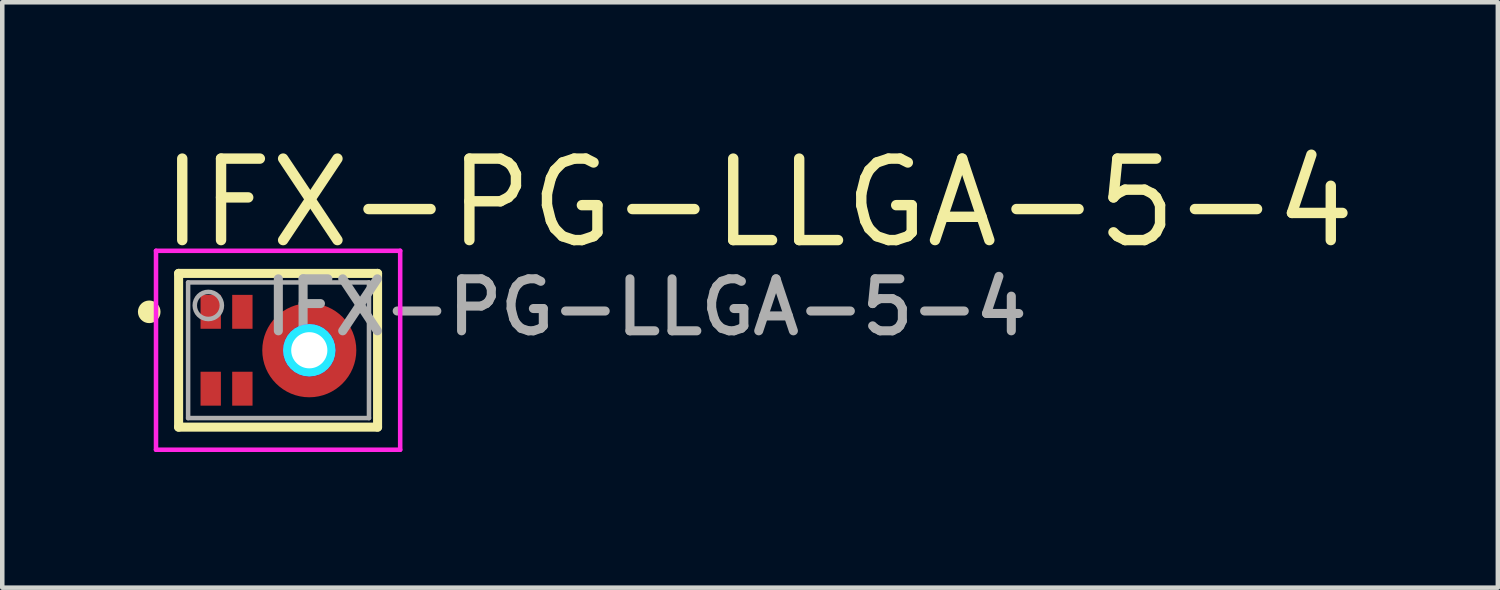
<source format=kicad_pcb>
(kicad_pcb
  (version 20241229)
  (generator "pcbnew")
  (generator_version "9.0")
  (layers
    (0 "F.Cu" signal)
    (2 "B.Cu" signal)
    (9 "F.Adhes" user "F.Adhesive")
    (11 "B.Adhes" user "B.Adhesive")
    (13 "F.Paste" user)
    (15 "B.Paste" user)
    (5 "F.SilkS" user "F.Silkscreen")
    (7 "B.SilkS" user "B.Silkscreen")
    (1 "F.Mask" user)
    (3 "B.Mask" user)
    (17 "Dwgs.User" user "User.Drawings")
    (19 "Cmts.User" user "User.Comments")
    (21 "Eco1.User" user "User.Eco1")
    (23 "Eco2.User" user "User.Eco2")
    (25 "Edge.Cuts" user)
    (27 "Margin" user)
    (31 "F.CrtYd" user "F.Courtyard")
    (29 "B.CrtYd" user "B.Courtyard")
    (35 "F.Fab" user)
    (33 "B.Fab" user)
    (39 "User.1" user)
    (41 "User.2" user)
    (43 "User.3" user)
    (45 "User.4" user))
  (footprint "IFX-PG-LLGA-5-4"
    (layer "F.Cu")
    (at 2.7 4.696)
    (property "Reference" "IFX-PG-LLGA-5-4" (at -2.3 -2.204 0) (unlocked yes) (layer "F.SilkS") (effects (font (size 1.802 1.802) (thickness 0.23)) (justify left bottom)))
    (fp_circle (center 1.09 0) (end 1.9 0) (stroke (width 0.46) (type solid)) (fill no) (layer "F.Cu"))
    (fp_line (start -1.8 -1.7) (end 2.6 -1.7) (stroke (width 0.2) (type solid)) (layer "F.SilkS"))
    (fp_line (start -1.8 1.7) (end -1.8 -1.7) (stroke (width 0.2) (type solid)) (layer "F.SilkS"))
    (fp_line (start -1.8 1.7) (end 2.6 1.7) (stroke (width 0.2) (type solid)) (layer "F.SilkS"))
    (fp_line (start 2.6 1.7) (end 2.6 -1.7) (stroke (width 0.2) (type solid)) (layer "F.SilkS"))
    (fp_circle (center -2.45 -0.85) (end -2.325 -0.85) (stroke (width 0.25) (type solid)) (fill no) (layer "F.SilkS"))
    (fp_line (start -1.09 -0.725) (end -1.09 -0.975) (stroke (width 0.4) (type solid)) (layer "F.Paste"))
    (fp_line (start -1.09 0.975) (end -1.09 0.726) (stroke (width 0.4) (type solid)) (layer "F.Paste"))
    (fp_line (start -0.39 -0.725) (end -0.39 -0.975) (stroke (width 0.4) (type solid)) (layer "F.Paste"))
    (fp_line (start -0.39 0.975) (end -0.39 0.726) (stroke (width 0.4) (type solid)) (layer "F.Paste"))
    (fp_arc (start 0.307481 0.166328) (mid 0.289999 0) (end 0.307481 -0.166328) (stroke (width 0.4) (type solid)) (layer "F.Paste"))
    (fp_arc (start 0.554696 -0.594515) (mid 0.690001 -0.692819) (end 0.842787 -0.760843) (stroke (width 0.4) (type solid)) (layer "F.Paste"))
    (fp_arc (start 0.842787 0.760843) (mid 0.690001 0.692819) (end 0.554696 0.594515) (stroke (width 0.4) (type solid)) (layer "F.Paste"))
    (fp_arc (start 1.337212 -0.760843) (mid 1.489998 -0.692819) (end 1.625303 -0.594515) (stroke (width 0.4) (type solid)) (layer "F.Paste"))
    (fp_arc (start 1.625303 0.594515) (mid 1.489998 0.692819) (end 1.337212 0.760843) (stroke (width 0.4) (type solid)) (layer "F.Paste"))
    (fp_arc (start 1.872518 -0.166328) (mid 1.89 0) (end 1.872518 0.166328) (stroke (width 0.4) (type solid)) (layer "F.Paste"))
    (fp_circle (center 1.09 0) (end 1.38 0) (stroke (width 0.58) (type solid)) (fill no) (layer "B.CrtYd"))
    (fp_line (start -2.3 -2.2) (end 3.1 -2.2) (stroke (width 0.1) (type solid)) (layer "F.CrtYd"))
    (fp_line (start -2.3 2.2) (end -2.3 -2.2) (stroke (width 0.1) (type solid)) (layer "F.CrtYd"))
    (fp_line (start -2.3 2.2) (end 3.1 2.2) (stroke (width 0.1) (type solid)) (layer "F.CrtYd"))
    (fp_line (start 3.1 2.2) (end 3.1 -2.2) (stroke (width 0.1) (type solid)) (layer "F.CrtYd"))
    (fp_circle (center 1.09 0) (end 1.38 0) (stroke (width 0.58) (type solid)) (fill no) (layer "F.CrtYd"))
    (fp_line (start -1.59 -1.5) (end 2.41 -1.5) (stroke (width 0.1) (type solid)) (layer "F.Fab"))
    (fp_line (start -1.59 1.5) (end -1.59 -1.5) (stroke (width 0.1) (type solid)) (layer "F.Fab"))
    (fp_line (start -1.59 1.5) (end 2.41 1.5) (stroke (width 0.1) (type solid)) (layer "F.Fab"))
    (fp_line (start 2.41 1.5) (end 2.41 -1.5) (stroke (width 0.1) (type solid)) (layer "F.Fab"))
    (fp_circle (center -1.143 -0.991) (end -0.843 -0.991) (stroke (width 0.1) (type solid)) (fill no) (layer "F.Fab"))
    (fp_text user "${Reference}" (at 0 -0.279 0) (unlocked yes) (layer "F.Fab") (effects (font (size 1.15 1.15) (thickness 0.2) (bold yes)) (justify left bottom)))
    (pad "" np_thru_hole circle (at 1.09 0) (size 0.8 0.8) (drill 0.8) (layers "*.Cu" "*.Mask"))
    (pad "1" smd rect (at -1.09 -0.85) (size 0.45 0.75) (layers "F.Cu" "F.Mask"))
    (pad "2" smd rect (at -0.39 -0.85) (size 0.45 0.75) (layers "F.Cu" "F.Mask"))
    (pad "3" smd rect (at -1.09 0.85) (size 0.45 0.75) (layers "F.Cu" "F.Mask"))
    (pad "4" smd rect (at -0.39 0.85) (size 0.45 0.75) (layers "F.Cu" "F.Mask"))
    (pad "5" smd roundrect (at 0.285 0) (size 0.4 0.4) (layers "F.Cu" "F.Mask" "F.Paste") (roundrect_rratio 0.5)))
  (gr_rect
    (start -3 -3)
    (end 30.075 9.946)
    (stroke (width 0.1) (type default))
    (fill no)
    (layer "Edge.Cuts")))
</source>
